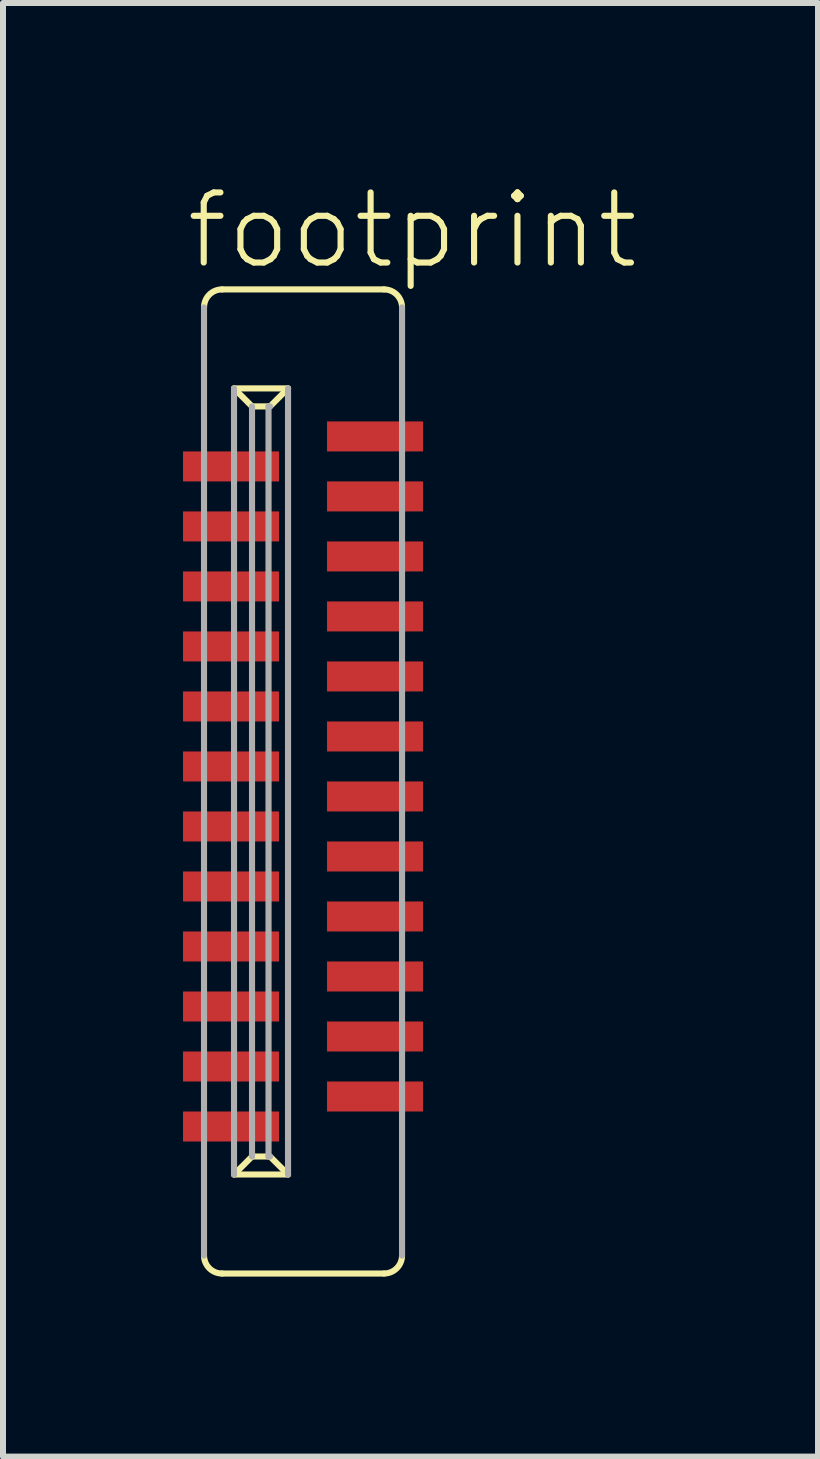
<source format=kicad_pcb>
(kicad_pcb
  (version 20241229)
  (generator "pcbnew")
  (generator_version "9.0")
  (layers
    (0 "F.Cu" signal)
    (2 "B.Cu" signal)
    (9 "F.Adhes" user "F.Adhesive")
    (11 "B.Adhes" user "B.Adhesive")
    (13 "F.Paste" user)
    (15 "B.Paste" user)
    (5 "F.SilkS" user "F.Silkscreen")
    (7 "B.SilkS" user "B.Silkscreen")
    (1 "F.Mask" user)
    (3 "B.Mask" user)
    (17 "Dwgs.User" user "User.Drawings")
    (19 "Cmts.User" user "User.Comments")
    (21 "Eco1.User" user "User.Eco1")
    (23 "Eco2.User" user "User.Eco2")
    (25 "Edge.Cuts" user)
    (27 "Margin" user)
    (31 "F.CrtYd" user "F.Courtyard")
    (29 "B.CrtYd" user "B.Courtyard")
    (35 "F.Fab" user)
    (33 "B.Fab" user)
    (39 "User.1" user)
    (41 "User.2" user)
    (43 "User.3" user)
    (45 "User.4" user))
  (footprint "footprint"
    (layer "F.Cu")
    (at 2 9.973)
    (property "Reference" "footprint" (at -2 -8.5 0) (layer "F.SilkS") (effects (font (size 1.168 1.168) (thickness 0.102)) (justify left bottom)))
    (fp_line (start -1.35 8.2) (end 1.35 8.2) (stroke (width 0.102) (type solid)) (layer "F.SilkS"))
    (fp_line (start -1.15 6.55) (end -0.85 6.25) (stroke (width 0.102) (type solid)) (layer "F.SilkS"))
    (fp_line (start -0.85 -6.25) (end -1.15 -6.55) (stroke (width 0.102) (type solid)) (layer "F.SilkS"))
    (fp_line (start -0.575 -6.25) (end -0.85 -6.25) (stroke (width 0.102) (type solid)) (layer "F.SilkS"))
    (fp_line (start -0.575 6.25) (end -0.85 6.25) (stroke (width 0.102) (type solid)) (layer "F.SilkS"))
    (fp_line (start -0.25 -6.55) (end -1.15 -6.55) (stroke (width 0.102) (type solid)) (layer "F.SilkS"))
    (fp_line (start -0.25 -6.55) (end -0.55 -6.25) (stroke (width 0.102) (type solid)) (layer "F.SilkS"))
    (fp_line (start -0.25 6.55) (end -1.15 6.55) (stroke (width 0.102) (type solid)) (layer "F.SilkS"))
    (fp_line (start -0.25 6.55) (end -0.55 6.25) (stroke (width 0.102) (type solid)) (layer "F.SilkS"))
    (fp_line (start 1.35 -8.2) (end -1.35 -8.2) (stroke (width 0.102) (type solid)) (layer "F.SilkS"))
    (fp_arc (start -1.65 -7.9) (mid -1.562132 -8.112132) (end -1.35 -8.2) (stroke (width 0.1016) (type solid)) (layer "F.SilkS"))
    (fp_arc (start -1.35 8.2) (mid -1.562132 8.112132) (end -1.65 7.9) (stroke (width 0.1016) (type solid)) (layer "F.SilkS"))
    (fp_arc (start 1.35 -8.2) (mid 1.562132 -8.112132) (end 1.65 -7.9) (stroke (width 0.1016) (type solid)) (layer "F.SilkS"))
    (fp_arc (start 1.65 7.9) (mid 1.562132 8.112132) (end 1.35 8.2) (stroke (width 0.1016) (type solid)) (layer "F.SilkS"))
    (fp_line (start -1.65 -7.9) (end -1.65 7.9) (stroke (width 0.102) (type solid)) (layer "F.Fab"))
    (fp_line (start -1.15 -6.55) (end -1.15 6.55) (stroke (width 0.102) (type solid)) (layer "F.Fab"))
    (fp_line (start -0.85 -6.25) (end -0.85 6.25) (stroke (width 0.102) (type solid)) (layer "F.Fab"))
    (fp_line (start -0.575 -6.25) (end -0.575 6.25) (stroke (width 0.102) (type solid)) (layer "F.Fab"))
    (fp_line (start -0.55 -6.25) (end -0.575 -6.25) (stroke (width 0.102) (type solid)) (layer "F.Fab"))
    (fp_line (start -0.55 6.25) (end -0.575 6.25) (stroke (width 0.102) (type solid)) (layer "F.Fab"))
    (fp_line (start -0.25 -6.55) (end -0.25 6.55) (stroke (width 0.102) (type solid)) (layer "F.Fab"))
    (fp_line (start 1.65 7.9) (end 1.65 -7.9) (stroke (width 0.102) (type solid)) (layer "F.Fab"))
    (pad "1" smd rect (at 1.2 -5.75 270) (size 0.5 1.6) (layers "F.Cu" "F.Mask" "F.Paste"))
    (pad "2" smd rect (at -1.2 -5.25 90) (size 0.5 1.6) (layers "F.Cu" "F.Mask" "F.Paste"))
    (pad "3" smd rect (at 1.2 -4.75 270) (size 0.5 1.6) (layers "F.Cu" "F.Mask" "F.Paste"))
    (pad "4" smd rect (at -1.2 -4.25 90) (size 0.5 1.6) (layers "F.Cu" "F.Mask" "F.Paste"))
    (pad "5" smd rect (at 1.2 -3.75 270) (size 0.5 1.6) (layers "F.Cu" "F.Mask" "F.Paste"))
    (pad "6" smd rect (at -1.2 -3.25 90) (size 0.5 1.6) (layers "F.Cu" "F.Mask" "F.Paste"))
    (pad "7" smd rect (at 1.2 -2.75 270) (size 0.5 1.6) (layers "F.Cu" "F.Mask" "F.Paste"))
    (pad "8" smd rect (at -1.2 -2.25 90) (size 0.5 1.6) (layers "F.Cu" "F.Mask" "F.Paste"))
    (pad "9" smd rect (at 1.2 -1.75 270) (size 0.5 1.6) (layers "F.Cu" "F.Mask" "F.Paste"))
    (pad "10" smd rect (at -1.2 -1.25 90) (size 0.5 1.6) (layers "F.Cu" "F.Mask" "F.Paste"))
    (pad "11" smd rect (at 1.2 -0.75 270) (size 0.5 1.6) (layers "F.Cu" "F.Mask" "F.Paste"))
    (pad "12" smd rect (at -1.2 -0.25 90) (size 0.5 1.6) (layers "F.Cu" "F.Mask" "F.Paste"))
    (pad "13" smd rect (at 1.2 0.25 270) (size 0.5 1.6) (layers "F.Cu" "F.Mask" "F.Paste"))
    (pad "14" smd rect (at -1.2 0.75 90) (size 0.5 1.6) (layers "F.Cu" "F.Mask" "F.Paste"))
    (pad "15" smd rect (at 1.2 1.25 270) (size 0.5 1.6) (layers "F.Cu" "F.Mask" "F.Paste"))
    (pad "16" smd rect (at -1.2 1.75 90) (size 0.5 1.6) (layers "F.Cu" "F.Mask" "F.Paste"))
    (pad "17" smd rect (at 1.2 2.25 270) (size 0.5 1.6) (layers "F.Cu" "F.Mask" "F.Paste"))
    (pad "18" smd rect (at -1.2 2.75 90) (size 0.5 1.6) (layers "F.Cu" "F.Mask" "F.Paste"))
    (pad "19" smd rect (at 1.2 3.25 270) (size 0.5 1.6) (layers "F.Cu" "F.Mask" "F.Paste"))
    (pad "20" smd rect (at -1.2 3.75 90) (size 0.5 1.6) (layers "F.Cu" "F.Mask" "F.Paste"))
    (pad "21" smd rect (at 1.2 4.25 270) (size 0.5 1.6) (layers "F.Cu" "F.Mask" "F.Paste"))
    (pad "22" smd rect (at -1.2 4.75 90) (size 0.5 1.6) (layers "F.Cu" "F.Mask" "F.Paste"))
    (pad "23" smd rect (at 1.2 5.25 270) (size 0.5 1.6) (layers "F.Cu" "F.Mask" "F.Paste"))
    (pad "24" smd rect (at -1.2 5.75 90) (size 0.5 1.6) (layers "F.Cu" "F.Mask" "F.Paste")))
  (gr_rect
    (start -3 -3)
    (end 10.582 21.224)
    (stroke (width 0.1) (type default))
    (fill no)
    (layer "Edge.Cuts")))
</source>
